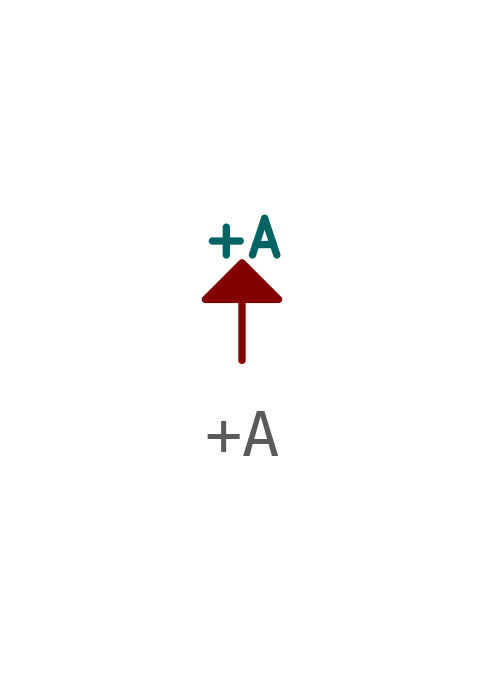
<source format=kicad_sym>
(kicad_symbol_lib
  (version 20220914)
  (generator kicad_symbol_editor)
  (symbol "+A"
    (power)
    (pin_numbers hide)
    (pin_names
      (offset 0))
    (property "Reference" "#PWR"
      (at 0 -1.27 0)
      (effects (font (size 0.508 0.508)) hide))
    (property "Value" "+A"
      (at 0 2.54 0)
      (effects (font (size 0.762 0.762))))
    (symbol "+A_0_0"
      (pin power_in line (at 0 0 90) (length 0) hide (name "+5VD" (effects (font (size 0.762 0.762)))) (number "1" (effects (font (size 0.508 0.508))))))
    (symbol "+A_0_1"
      (polyline (pts (xy 0 0) (xy 0 1.27) (xy 0 1.27)) (stroke (width 0) (type solid)) (fill (type none)))
      (polyline (pts (xy 0 2.032) (xy 0.762 1.27) (xy -0.508 1.27) (xy -0.762 1.27) (xy 0 2.032) (xy 0 2.032) (xy 0 2.032)) (stroke (width 0) (type solid)) (fill (type outline))))))
</source>
